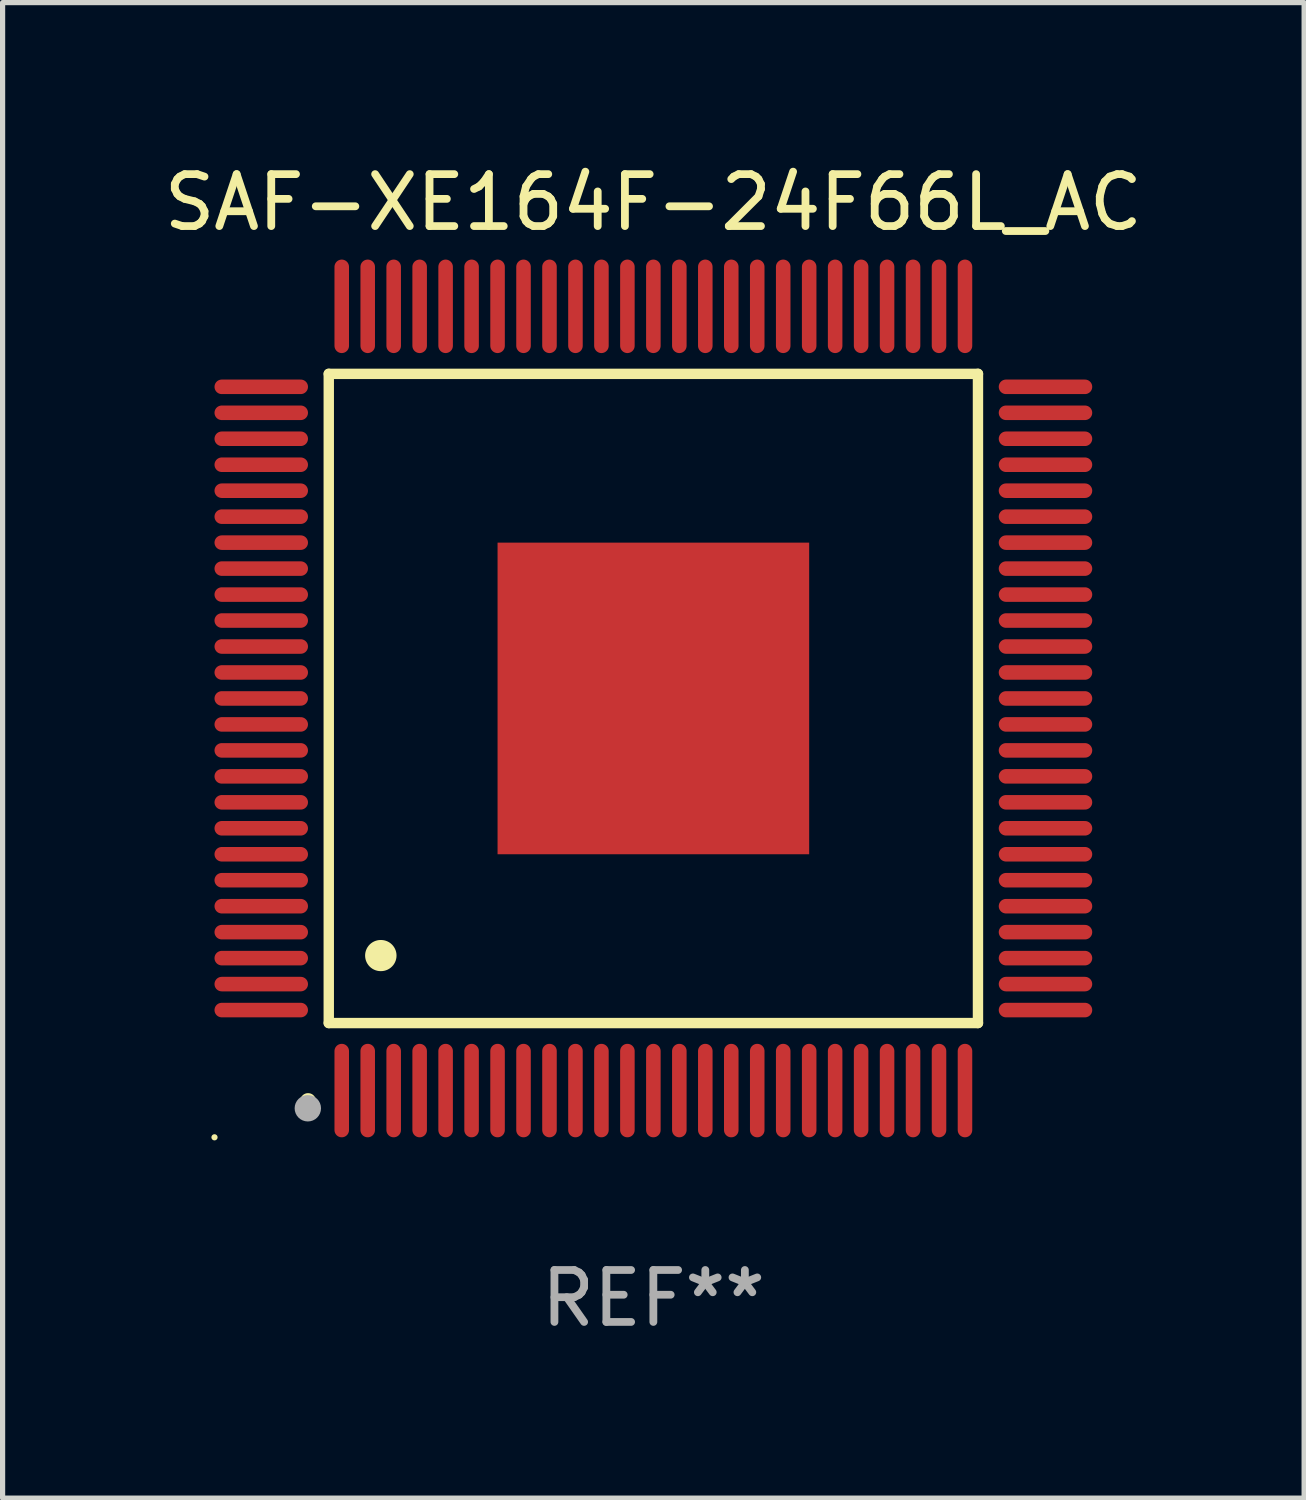
<source format=kicad_pcb>
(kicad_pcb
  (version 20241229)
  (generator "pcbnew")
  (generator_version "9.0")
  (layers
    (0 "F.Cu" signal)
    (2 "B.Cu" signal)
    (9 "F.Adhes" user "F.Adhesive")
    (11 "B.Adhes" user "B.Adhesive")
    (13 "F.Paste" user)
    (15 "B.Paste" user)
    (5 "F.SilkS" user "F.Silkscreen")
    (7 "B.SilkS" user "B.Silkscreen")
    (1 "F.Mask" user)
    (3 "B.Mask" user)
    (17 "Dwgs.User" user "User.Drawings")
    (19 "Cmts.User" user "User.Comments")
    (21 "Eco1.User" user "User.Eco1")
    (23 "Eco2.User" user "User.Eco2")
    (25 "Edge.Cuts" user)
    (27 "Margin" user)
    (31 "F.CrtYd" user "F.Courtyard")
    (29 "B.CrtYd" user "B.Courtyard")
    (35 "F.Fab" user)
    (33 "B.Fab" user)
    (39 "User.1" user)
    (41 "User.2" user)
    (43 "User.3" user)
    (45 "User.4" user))
  (footprint "SAF-XE164F-24F66L_AC"
    (layer "F.Cu")
    (at 9.53 10.398)
    (property "Reference" "SAF-XE164F-24F66L_AC" (at 0 -9.55 0) (layer "F.SilkS") (effects (font (size 1 1) (thickness 0.15))))
    (attr through_hole)
    (fp_line (start -6.25 -6.25) (end -6.25 6.25) (stroke (width 0.2) (type solid)) (layer "F.SilkS"))
    (fp_line (start -6.25 6.25) (end 6.25 6.25) (stroke (width 0.2) (type solid)) (layer "F.SilkS"))
    (fp_line (start 6.25 -6.25) (end -6.25 -6.25) (stroke (width 0.2) (type solid)) (layer "F.SilkS"))
    (fp_line (start 6.25 6.25) (end 6.25 -6.25) (stroke (width 0.2) (type solid)) (layer "F.SilkS"))
    (fp_arc (start -6.649733 7.749555) (mid -6.648463 7.74955) (end -6.647193 7.749555) (stroke (width 0.3) (type solid)) (layer "F.SilkS"))
    (fp_arc (start -5.250191 4.95047) (mid -5.247651 4.950459) (end -5.245111 4.95047) (stroke (width 0.6) (type solid)) (layer "F.SilkS"))
    (fp_circle (center -8.45 8.45) (end -8.42 8.45) (stroke (width 0.06) (type solid)) (fill no) (layer "F.SilkS"))
    (fp_circle (center -6.653 7.891) (end -6.526 7.891) (stroke (width 0.254) (type solid)) (fill no) (layer "F.Fab"))
    (fp_text user "REF**" (at 0 11.55 0) (layer "F.Fab") (effects (font (size 1 1) (thickness 0.15))))
    (pad "1" smd oval (at -6 7.55 180) (size 0.28 1.8) (layers "F.Cu" "F.Mask" "F.Paste"))
    (pad "2" smd oval (at -5.5 7.55 180) (size 0.28 1.8) (layers "F.Cu" "F.Mask" "F.Paste"))
    (pad "3" smd oval (at -5 7.55 180) (size 0.28 1.8) (layers "F.Cu" "F.Mask" "F.Paste"))
    (pad "4" smd oval (at -4.5 7.55 180) (size 0.28 1.8) (layers "F.Cu" "F.Mask" "F.Paste"))
    (pad "5" smd oval (at -4 7.55 180) (size 0.28 1.8) (layers "F.Cu" "F.Mask" "F.Paste"))
    (pad "6" smd oval (at -3.5 7.55 180) (size 0.28 1.8) (layers "F.Cu" "F.Mask" "F.Paste"))
    (pad "7" smd oval (at -3 7.55 180) (size 0.28 1.8) (layers "F.Cu" "F.Mask" "F.Paste"))
    (pad "8" smd oval (at -2.5 7.55 180) (size 0.28 1.8) (layers "F.Cu" "F.Mask" "F.Paste"))
    (pad "9" smd oval (at -2 7.55 180) (size 0.28 1.8) (layers "F.Cu" "F.Mask" "F.Paste"))
    (pad "10" smd oval (at -1.5 7.55 180) (size 0.28 1.8) (layers "F.Cu" "F.Mask" "F.Paste"))
    (pad "11" smd oval (at -1 7.55 180) (size 0.28 1.8) (layers "F.Cu" "F.Mask" "F.Paste"))
    (pad "12" smd oval (at -0.5 7.55 180) (size 0.28 1.8) (layers "F.Cu" "F.Mask" "F.Paste"))
    (pad "13" smd oval (at 0 7.55 180) (size 0.28 1.8) (layers "F.Cu" "F.Mask" "F.Paste"))
    (pad "14" smd oval (at 0.5 7.55 180) (size 0.28 1.8) (layers "F.Cu" "F.Mask" "F.Paste"))
    (pad "15" smd oval (at 1 7.55 180) (size 0.28 1.8) (layers "F.Cu" "F.Mask" "F.Paste"))
    (pad "16" smd oval (at 1.5 7.55 180) (size 0.28 1.8) (layers "F.Cu" "F.Mask" "F.Paste"))
    (pad "17" smd oval (at 2 7.55 180) (size 0.28 1.8) (layers "F.Cu" "F.Mask" "F.Paste"))
    (pad "18" smd oval (at 2.5 7.55 180) (size 0.28 1.8) (layers "F.Cu" "F.Mask" "F.Paste"))
    (pad "19" smd oval (at 3 7.55 180) (size 0.28 1.8) (layers "F.Cu" "F.Mask" "F.Paste"))
    (pad "20" smd oval (at 3.5 7.55 180) (size 0.28 1.8) (layers "F.Cu" "F.Mask" "F.Paste"))
    (pad "21" smd oval (at 4 7.55 180) (size 0.28 1.8) (layers "F.Cu" "F.Mask" "F.Paste"))
    (pad "22" smd oval (at 4.5 7.55 180) (size 0.28 1.8) (layers "F.Cu" "F.Mask" "F.Paste"))
    (pad "23" smd oval (at 5 7.55 180) (size 0.28 1.8) (layers "F.Cu" "F.Mask" "F.Paste"))
    (pad "24" smd oval (at 5.5 7.55 180) (size 0.28 1.8) (layers "F.Cu" "F.Mask" "F.Paste"))
    (pad "25" smd oval (at 6 7.55 180) (size 0.28 1.8) (layers "F.Cu" "F.Mask" "F.Paste"))
    (pad "26" smd oval (at 7.55 6 90) (size 0.28 1.8) (layers "F.Cu" "F.Mask" "F.Paste"))
    (pad "27" smd oval (at 7.55 5.5 90) (size 0.28 1.8) (layers "F.Cu" "F.Mask" "F.Paste"))
    (pad "28" smd oval (at 7.55 5 90) (size 0.28 1.8) (layers "F.Cu" "F.Mask" "F.Paste"))
    (pad "29" smd oval (at 7.55 4.5 90) (size 0.28 1.8) (layers "F.Cu" "F.Mask" "F.Paste"))
    (pad "30" smd oval (at 7.55 4 90) (size 0.28 1.8) (layers "F.Cu" "F.Mask" "F.Paste"))
    (pad "31" smd oval (at 7.55 3.5 90) (size 0.28 1.8) (layers "F.Cu" "F.Mask" "F.Paste"))
    (pad "32" smd oval (at 7.55 3 90) (size 0.28 1.8) (layers "F.Cu" "F.Mask" "F.Paste"))
    (pad "33" smd oval (at 7.55 2.5 90) (size 0.28 1.8) (layers "F.Cu" "F.Mask" "F.Paste"))
    (pad "34" smd oval (at 7.55 2 90) (size 0.28 1.8) (layers "F.Cu" "F.Mask" "F.Paste"))
    (pad "35" smd oval (at 7.55 1.5 90) (size 0.28 1.8) (layers "F.Cu" "F.Mask" "F.Paste"))
    (pad "36" smd oval (at 7.55 1 90) (size 0.28 1.8) (layers "F.Cu" "F.Mask" "F.Paste"))
    (pad "37" smd oval (at 7.55 0.5 90) (size 0.28 1.8) (layers "F.Cu" "F.Mask" "F.Paste"))
    (pad "38" smd oval (at 7.55 0 90) (size 0.28 1.8) (layers "F.Cu" "F.Mask" "F.Paste"))
    (pad "39" smd oval (at 7.55 -0.5 90) (size 0.28 1.8) (layers "F.Cu" "F.Mask" "F.Paste"))
    (pad "40" smd oval (at 7.55 -1 90) (size 0.28 1.8) (layers "F.Cu" "F.Mask" "F.Paste"))
    (pad "41" smd oval (at 7.55 -1.5 90) (size 0.28 1.8) (layers "F.Cu" "F.Mask" "F.Paste"))
    (pad "42" smd oval (at 7.55 -2 90) (size 0.28 1.8) (layers "F.Cu" "F.Mask" "F.Paste"))
    (pad "43" smd oval (at 7.55 -2.5 90) (size 0.28 1.8) (layers "F.Cu" "F.Mask" "F.Paste"))
    (pad "44" smd oval (at 7.55 -3 90) (size 0.28 1.8) (layers "F.Cu" "F.Mask" "F.Paste"))
    (pad "45" smd oval (at 7.55 -3.5 90) (size 0.28 1.8) (layers "F.Cu" "F.Mask" "F.Paste"))
    (pad "46" smd oval (at 7.55 -4 90) (size 0.28 1.8) (layers "F.Cu" "F.Mask" "F.Paste"))
    (pad "47" smd oval (at 7.55 -4.5 90) (size 0.28 1.8) (layers "F.Cu" "F.Mask" "F.Paste"))
    (pad "48" smd oval (at 7.55 -5 90) (size 0.28 1.8) (layers "F.Cu" "F.Mask" "F.Paste"))
    (pad "49" smd oval (at 7.55 -5.5 90) (size 0.28 1.8) (layers "F.Cu" "F.Mask" "F.Paste"))
    (pad "50" smd oval (at 7.55 -6 90) (size 0.28 1.8) (layers "F.Cu" "F.Mask" "F.Paste"))
    (pad "51" smd oval (at 6 -7.55 180) (size 0.28 1.8) (layers "F.Cu" "F.Mask" "F.Paste"))
    (pad "52" smd oval (at 5.5 -7.55 180) (size 0.28 1.8) (layers "F.Cu" "F.Mask" "F.Paste"))
    (pad "53" smd oval (at 5 -7.55 180) (size 0.28 1.8) (layers "F.Cu" "F.Mask" "F.Paste"))
    (pad "54" smd oval (at 4.5 -7.55 180) (size 0.28 1.8) (layers "F.Cu" "F.Mask" "F.Paste"))
    (pad "55" smd oval (at 4 -7.55 180) (size 0.28 1.8) (layers "F.Cu" "F.Mask" "F.Paste"))
    (pad "56" smd oval (at 3.5 -7.55 180) (size 0.28 1.8) (layers "F.Cu" "F.Mask" "F.Paste"))
    (pad "57" smd oval (at 3 -7.55 180) (size 0.28 1.8) (layers "F.Cu" "F.Mask" "F.Paste"))
    (pad "58" smd oval (at 2.5 -7.55 180) (size 0.28 1.8) (layers "F.Cu" "F.Mask" "F.Paste"))
    (pad "59" smd oval (at 2 -7.55 180) (size 0.28 1.8) (layers "F.Cu" "F.Mask" "F.Paste"))
    (pad "60" smd oval (at 1.5 -7.55 180) (size 0.28 1.8) (layers "F.Cu" "F.Mask" "F.Paste"))
    (pad "61" smd oval (at 1 -7.55 180) (size 0.28 1.8) (layers "F.Cu" "F.Mask" "F.Paste"))
    (pad "62" smd oval (at 0.5 -7.55 180) (size 0.28 1.8) (layers "F.Cu" "F.Mask" "F.Paste"))
    (pad "63" smd oval (at 0 -7.55 180) (size 0.28 1.8) (layers "F.Cu" "F.Mask" "F.Paste"))
    (pad "64" smd oval (at -0.5 -7.55 180) (size 0.28 1.8) (layers "F.Cu" "F.Mask" "F.Paste"))
    (pad "65" smd oval (at -1 -7.55 180) (size 0.28 1.8) (layers "F.Cu" "F.Mask" "F.Paste"))
    (pad "66" smd oval (at -1.5 -7.55 180) (size 0.28 1.8) (layers "F.Cu" "F.Mask" "F.Paste"))
    (pad "67" smd oval (at -2 -7.55 180) (size 0.28 1.8) (layers "F.Cu" "F.Mask" "F.Paste"))
    (pad "68" smd oval (at -2.5 -7.55 180) (size 0.28 1.8) (layers "F.Cu" "F.Mask" "F.Paste"))
    (pad "69" smd oval (at -3 -7.55 180) (size 0.28 1.8) (layers "F.Cu" "F.Mask" "F.Paste"))
    (pad "70" smd oval (at -3.5 -7.55 180) (size 0.28 1.8) (layers "F.Cu" "F.Mask" "F.Paste"))
    (pad "71" smd oval (at -4 -7.55 180) (size 0.28 1.8) (layers "F.Cu" "F.Mask" "F.Paste"))
    (pad "72" smd oval (at -4.5 -7.55 180) (size 0.28 1.8) (layers "F.Cu" "F.Mask" "F.Paste"))
    (pad "73" smd oval (at -5 -7.55 180) (size 0.28 1.8) (layers "F.Cu" "F.Mask" "F.Paste"))
    (pad "74" smd oval (at -5.5 -7.55 180) (size 0.28 1.8) (layers "F.Cu" "F.Mask" "F.Paste"))
    (pad "75" smd oval (at -6 -7.55 180) (size 0.28 1.8) (layers "F.Cu" "F.Mask" "F.Paste"))
    (pad "76" smd oval (at -7.55 -6 90) (size 0.28 1.8) (layers "F.Cu" "F.Mask" "F.Paste"))
    (pad "77" smd oval (at -7.55 -5.5 90) (size 0.28 1.8) (layers "F.Cu" "F.Mask" "F.Paste"))
    (pad "78" smd oval (at -7.55 -5 90) (size 0.28 1.8) (layers "F.Cu" "F.Mask" "F.Paste"))
    (pad "79" smd oval (at -7.55 -4.5 90) (size 0.28 1.8) (layers "F.Cu" "F.Mask" "F.Paste"))
    (pad "80" smd oval (at -7.55 -4 90) (size 0.28 1.8) (layers "F.Cu" "F.Mask" "F.Paste"))
    (pad "81" smd oval (at -7.55 -3.5 90) (size 0.28 1.8) (layers "F.Cu" "F.Mask" "F.Paste"))
    (pad "82" smd oval (at -7.55 -3 90) (size 0.28 1.8) (layers "F.Cu" "F.Mask" "F.Paste"))
    (pad "83" smd oval (at -7.55 -2.5 90) (size 0.28 1.8) (layers "F.Cu" "F.Mask" "F.Paste"))
    (pad "84" smd oval (at -7.55 -2 90) (size 0.28 1.8) (layers "F.Cu" "F.Mask" "F.Paste"))
    (pad "85" smd oval (at -7.55 -1.5 90) (size 0.28 1.8) (layers "F.Cu" "F.Mask" "F.Paste"))
    (pad "86" smd oval (at -7.55 -1 90) (size 0.28 1.8) (layers "F.Cu" "F.Mask" "F.Paste"))
    (pad "87" smd oval (at -7.55 -0.5 90) (size 0.28 1.8) (layers "F.Cu" "F.Mask" "F.Paste"))
    (pad "88" smd oval (at -7.55 0 90) (size 0.28 1.8) (layers "F.Cu" "F.Mask" "F.Paste"))
    (pad "89" smd oval (at -7.55 0.5 90) (size 0.28 1.8) (layers "F.Cu" "F.Mask" "F.Paste"))
    (pad "90" smd oval (at -7.55 1 90) (size 0.28 1.8) (layers "F.Cu" "F.Mask" "F.Paste"))
    (pad "91" smd oval (at -7.55 1.5 90) (size 0.28 1.8) (layers "F.Cu" "F.Mask" "F.Paste"))
    (pad "92" smd oval (at -7.55 2 90) (size 0.28 1.8) (layers "F.Cu" "F.Mask" "F.Paste"))
    (pad "93" smd oval (at -7.55 2.5 90) (size 0.28 1.8) (layers "F.Cu" "F.Mask" "F.Paste"))
    (pad "94" smd oval (at -7.55 3 90) (size 0.28 1.8) (layers "F.Cu" "F.Mask" "F.Paste"))
    (pad "95" smd oval (at -7.55 3.5 90) (size 0.28 1.8) (layers "F.Cu" "F.Mask" "F.Paste"))
    (pad "96" smd oval (at -7.55 4 90) (size 0.28 1.8) (layers "F.Cu" "F.Mask" "F.Paste"))
    (pad "97" smd oval (at -7.55 4.5 90) (size 0.28 1.8) (layers "F.Cu" "F.Mask" "F.Paste"))
    (pad "98" smd oval (at -7.55 5 90) (size 0.28 1.8) (layers "F.Cu" "F.Mask" "F.Paste"))
    (pad "99" smd oval (at -7.55 5.5 90) (size 0.28 1.8) (layers "F.Cu" "F.Mask" "F.Paste"))
    (pad "100" smd oval (at -7.55 6 90) (size 0.28 1.8) (layers "F.Cu" "F.Mask" "F.Paste"))
    (pad "101" smd rect (at 0 0) (size 6 6) (layers "F.Cu" "F.Mask" "F.Paste")))
  (gr_rect
    (start -3 -3)
    (end 22.06 25.796)
    (stroke (width 0.1) (type default))
    (fill no)
    (layer "Edge.Cuts")))
</source>
